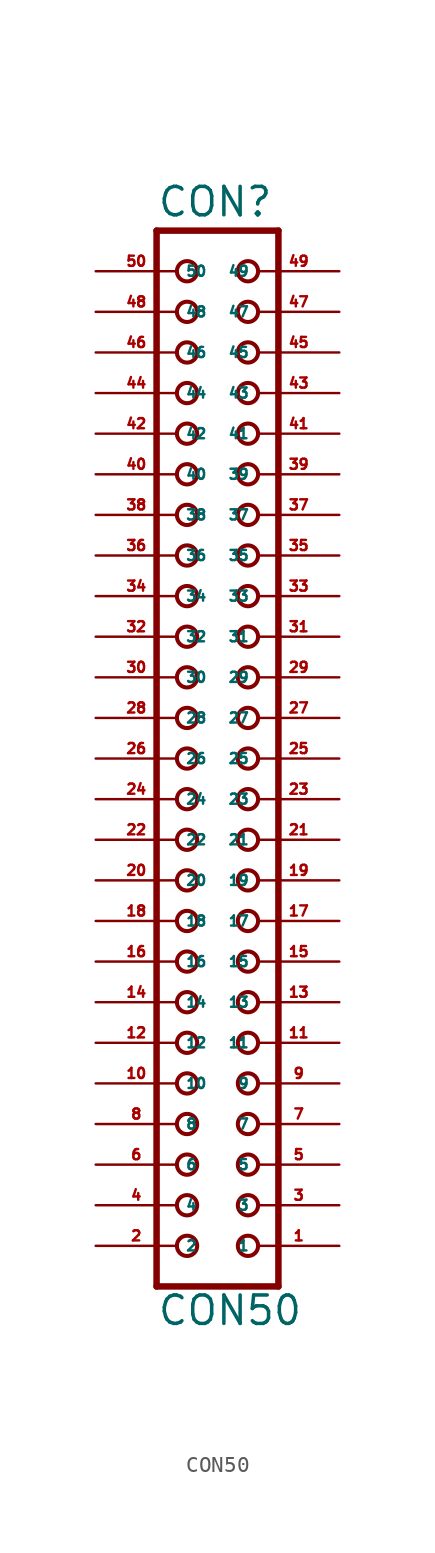
<source format=kicad_sym>
(kicad_symbol_lib
  (version 20220914)
  (generator Eagle2Kicad)
  (symbol "CON50"
    (property "Reference" "CON"
      (at -3.81 33.782 0)
      (effects (font (size 1.778 1.778) (thickness 0.22)) (justify left bottom)))
    (property "Value" "CON50"
      (at -3.81 -35.56 0)
      (effects (font (size 1.778 1.778) (thickness 0.22)) (justify left bottom)))
    (polyline
      (pts (xy 3.81 -33.02) (xy -3.81 -33.02))
      (stroke (width 0.406) (type default))
      (fill (type none)))
    (polyline
      (pts (xy -3.81 33.02) (xy -3.81 -33.02))
      (stroke (width 0.406) (type default))
      (fill (type none)))
    (polyline
      (pts (xy -3.81 33.02) (xy 3.81 33.02))
      (stroke (width 0.406) (type default))
      (fill (type none)))
    (polyline
      (pts (xy 3.81 -33.02) (xy 3.81 33.02))
      (stroke (width 0.406) (type default))
      (fill (type none)))
    (circle
      (center 1.905 -30.48)
      (radius 0.635)
      (stroke (width 0.254) (type default))
      (fill (type none)))
    (circle
      (center 1.905 -27.94)
      (radius 0.635)
      (stroke (width 0.254) (type default))
      (fill (type none)))
    (circle
      (center 1.905 -25.4)
      (radius 0.635)
      (stroke (width 0.254) (type default))
      (fill (type none)))
    (circle
      (center 1.905 -22.86)
      (radius 0.635)
      (stroke (width 0.254) (type default))
      (fill (type none)))
    (circle
      (center 1.905 -20.32)
      (radius 0.635)
      (stroke (width 0.254) (type default))
      (fill (type none)))
    (circle
      (center 1.905 -17.78)
      (radius 0.635)
      (stroke (width 0.254) (type default))
      (fill (type none)))
    (circle
      (center 1.905 -15.24)
      (radius 0.635)
      (stroke (width 0.254) (type default))
      (fill (type none)))
    (circle
      (center 1.905 -12.7)
      (radius 0.635)
      (stroke (width 0.254) (type default))
      (fill (type none)))
    (circle
      (center 1.905 -10.16)
      (radius 0.635)
      (stroke (width 0.254) (type default))
      (fill (type none)))
    (circle
      (center 1.905 -7.62)
      (radius 0.635)
      (stroke (width 0.254) (type default))
      (fill (type none)))
    (circle
      (center -1.905 -30.48)
      (radius 0.635)
      (stroke (width 0.254) (type default))
      (fill (type none)))
    (circle
      (center -1.905 -27.94)
      (radius 0.635)
      (stroke (width 0.254) (type default))
      (fill (type none)))
    (circle
      (center -1.905 -25.4)
      (radius 0.635)
      (stroke (width 0.254) (type default))
      (fill (type none)))
    (circle
      (center -1.905 -22.86)
      (radius 0.635)
      (stroke (width 0.254) (type default))
      (fill (type none)))
    (circle
      (center -1.905 -20.32)
      (radius 0.635)
      (stroke (width 0.254) (type default))
      (fill (type none)))
    (circle
      (center -1.905 -17.78)
      (radius 0.635)
      (stroke (width 0.254) (type default))
      (fill (type none)))
    (circle
      (center -1.905 -15.24)
      (radius 0.635)
      (stroke (width 0.254) (type default))
      (fill (type none)))
    (circle
      (center -1.905 -12.7)
      (radius 0.635)
      (stroke (width 0.254) (type default))
      (fill (type none)))
    (circle
      (center -1.905 -10.16)
      (radius 0.635)
      (stroke (width 0.254) (type default))
      (fill (type none)))
    (circle
      (center -1.905 -7.62)
      (radius 0.635)
      (stroke (width 0.254) (type default))
      (fill (type none)))
    (circle
      (center 1.905 -5.08)
      (radius 0.635)
      (stroke (width 0.254) (type default))
      (fill (type none)))
    (circle
      (center 1.905 -2.54)
      (radius 0.635)
      (stroke (width 0.254) (type default))
      (fill (type none)))
    (circle
      (center 1.905 0)
      (radius 0.635)
      (stroke (width 0.254) (type default))
      (fill (type none)))
    (circle
      (center 1.905 2.54)
      (radius 0.635)
      (stroke (width 0.254) (type default))
      (fill (type none)))
    (circle
      (center 1.905 5.08)
      (radius 0.635)
      (stroke (width 0.254) (type default))
      (fill (type none)))
    (circle
      (center 1.905 7.62)
      (radius 0.635)
      (stroke (width 0.254) (type default))
      (fill (type none)))
    (circle
      (center 1.905 10.16)
      (radius 0.635)
      (stroke (width 0.254) (type default))
      (fill (type none)))
    (circle
      (center 1.905 12.7)
      (radius 0.635)
      (stroke (width 0.254) (type default))
      (fill (type none)))
    (circle
      (center 1.905 15.24)
      (radius 0.635)
      (stroke (width 0.254) (type default))
      (fill (type none)))
    (circle
      (center 1.905 17.78)
      (radius 0.635)
      (stroke (width 0.254) (type default))
      (fill (type none)))
    (circle
      (center -1.905 -5.08)
      (radius 0.635)
      (stroke (width 0.254) (type default))
      (fill (type none)))
    (circle
      (center -1.905 -2.54)
      (radius 0.635)
      (stroke (width 0.254) (type default))
      (fill (type none)))
    (circle
      (center -1.905 0)
      (radius 0.635)
      (stroke (width 0.254) (type default))
      (fill (type none)))
    (circle
      (center -1.905 2.54)
      (radius 0.635)
      (stroke (width 0.254) (type default))
      (fill (type none)))
    (circle
      (center -1.905 5.08)
      (radius 0.635)
      (stroke (width 0.254) (type default))
      (fill (type none)))
    (circle
      (center -1.905 7.62)
      (radius 0.635)
      (stroke (width 0.254) (type default))
      (fill (type none)))
    (circle
      (center -1.905 10.16)
      (radius 0.635)
      (stroke (width 0.254) (type default))
      (fill (type none)))
    (circle
      (center -1.905 12.7)
      (radius 0.635)
      (stroke (width 0.254) (type default))
      (fill (type none)))
    (circle
      (center -1.905 15.24)
      (radius 0.635)
      (stroke (width 0.254) (type default))
      (fill (type none)))
    (circle
      (center -1.905 17.78)
      (radius 0.635)
      (stroke (width 0.254) (type default))
      (fill (type none)))
    (circle
      (center 1.905 20.32)
      (radius 0.635)
      (stroke (width 0.254) (type default))
      (fill (type none)))
    (circle
      (center 1.905 22.86)
      (radius 0.635)
      (stroke (width 0.254) (type default))
      (fill (type none)))
    (circle
      (center 1.905 25.4)
      (radius 0.635)
      (stroke (width 0.254) (type default))
      (fill (type none)))
    (circle
      (center 1.905 27.94)
      (radius 0.635)
      (stroke (width 0.254) (type default))
      (fill (type none)))
    (circle
      (center 1.905 30.48)
      (radius 0.635)
      (stroke (width 0.254) (type default))
      (fill (type none)))
    (circle
      (center -1.905 20.32)
      (radius 0.635)
      (stroke (width 0.254) (type default))
      (fill (type none)))
    (circle
      (center -1.905 22.86)
      (radius 0.635)
      (stroke (width 0.254) (type default))
      (fill (type none)))
    (circle
      (center -1.905 25.4)
      (radius 0.635)
      (stroke (width 0.254) (type default))
      (fill (type none)))
    (circle
      (center -1.905 27.94)
      (radius 0.635)
      (stroke (width 0.254) (type default))
      (fill (type none)))
    (circle
      (center -1.905 30.48)
      (radius 0.635)
      (stroke (width 0.254) (type default))
      (fill (type none)))
    (pin passive line
      (at 7.62 -30.48 180)
      (length 5.08)
      (name "1" (effects (font (size 0.635 0.635) (thickness 0.08)) (justify left bottom)))
      (number "1" (effects (font (size 0.635 0.635) (thickness 0.08)) (justify left bottom))))
    (pin passive line
      (at -7.62 -30.48 0)
      (length 5.08)
      (name "2" (effects (font (size 0.635 0.635) (thickness 0.08)) (justify left bottom)))
      (number "2" (effects (font (size 0.635 0.635) (thickness 0.08)) (justify left bottom))))
    (pin passive line
      (at 7.62 -27.94 180)
      (length 5.08)
      (name "3" (effects (font (size 0.635 0.635) (thickness 0.08)) (justify left bottom)))
      (number "3" (effects (font (size 0.635 0.635) (thickness 0.08)) (justify left bottom))))
    (pin passive line
      (at -7.62 -27.94 0)
      (length 5.08)
      (name "4" (effects (font (size 0.635 0.635) (thickness 0.08)) (justify left bottom)))
      (number "4" (effects (font (size 0.635 0.635) (thickness 0.08)) (justify left bottom))))
    (pin passive line
      (at 7.62 -25.4 180)
      (length 5.08)
      (name "5" (effects (font (size 0.635 0.635) (thickness 0.08)) (justify left bottom)))
      (number "5" (effects (font (size 0.635 0.635) (thickness 0.08)) (justify left bottom))))
    (pin passive line
      (at -7.62 -25.4 0)
      (length 5.08)
      (name "6" (effects (font (size 0.635 0.635) (thickness 0.08)) (justify left bottom)))
      (number "6" (effects (font (size 0.635 0.635) (thickness 0.08)) (justify left bottom))))
    (pin passive line
      (at 7.62 -22.86 180)
      (length 5.08)
      (name "7" (effects (font (size 0.635 0.635) (thickness 0.08)) (justify left bottom)))
      (number "7" (effects (font (size 0.635 0.635) (thickness 0.08)) (justify left bottom))))
    (pin passive line
      (at -7.62 -22.86 0)
      (length 5.08)
      (name "8" (effects (font (size 0.635 0.635) (thickness 0.08)) (justify left bottom)))
      (number "8" (effects (font (size 0.635 0.635) (thickness 0.08)) (justify left bottom))))
    (pin passive line
      (at 7.62 -20.32 180)
      (length 5.08)
      (name "9" (effects (font (size 0.635 0.635) (thickness 0.08)) (justify left bottom)))
      (number "9" (effects (font (size 0.635 0.635) (thickness 0.08)) (justify left bottom))))
    (pin passive line
      (at -7.62 -20.32 0)
      (length 5.08)
      (name "10" (effects (font (size 0.635 0.635) (thickness 0.08)) (justify left bottom)))
      (number "10" (effects (font (size 0.635 0.635) (thickness 0.08)) (justify left bottom))))
    (pin passive line
      (at 7.62 -17.78 180)
      (length 5.08)
      (name "11" (effects (font (size 0.635 0.635) (thickness 0.08)) (justify left bottom)))
      (number "11" (effects (font (size 0.635 0.635) (thickness 0.08)) (justify left bottom))))
    (pin passive line
      (at -7.62 -17.78 0)
      (length 5.08)
      (name "12" (effects (font (size 0.635 0.635) (thickness 0.08)) (justify left bottom)))
      (number "12" (effects (font (size 0.635 0.635) (thickness 0.08)) (justify left bottom))))
    (pin passive line
      (at 7.62 -15.24 180)
      (length 5.08)
      (name "13" (effects (font (size 0.635 0.635) (thickness 0.08)) (justify left bottom)))
      (number "13" (effects (font (size 0.635 0.635) (thickness 0.08)) (justify left bottom))))
    (pin passive line
      (at -7.62 -15.24 0)
      (length 5.08)
      (name "14" (effects (font (size 0.635 0.635) (thickness 0.08)) (justify left bottom)))
      (number "14" (effects (font (size 0.635 0.635) (thickness 0.08)) (justify left bottom))))
    (pin passive line
      (at 7.62 -12.7 180)
      (length 5.08)
      (name "15" (effects (font (size 0.635 0.635) (thickness 0.08)) (justify left bottom)))
      (number "15" (effects (font (size 0.635 0.635) (thickness 0.08)) (justify left bottom))))
    (pin passive line
      (at -7.62 -12.7 0)
      (length 5.08)
      (name "16" (effects (font (size 0.635 0.635) (thickness 0.08)) (justify left bottom)))
      (number "16" (effects (font (size 0.635 0.635) (thickness 0.08)) (justify left bottom))))
    (pin passive line
      (at 7.62 -10.16 180)
      (length 5.08)
      (name "17" (effects (font (size 0.635 0.635) (thickness 0.08)) (justify left bottom)))
      (number "17" (effects (font (size 0.635 0.635) (thickness 0.08)) (justify left bottom))))
    (pin passive line
      (at -7.62 -10.16 0)
      (length 5.08)
      (name "18" (effects (font (size 0.635 0.635) (thickness 0.08)) (justify left bottom)))
      (number "18" (effects (font (size 0.635 0.635) (thickness 0.08)) (justify left bottom))))
    (pin passive line
      (at 7.62 -7.62 180)
      (length 5.08)
      (name "19" (effects (font (size 0.635 0.635) (thickness 0.08)) (justify left bottom)))
      (number "19" (effects (font (size 0.635 0.635) (thickness 0.08)) (justify left bottom))))
    (pin passive line
      (at -7.62 -7.62 0)
      (length 5.08)
      (name "20" (effects (font (size 0.635 0.635) (thickness 0.08)) (justify left bottom)))
      (number "20" (effects (font (size 0.635 0.635) (thickness 0.08)) (justify left bottom))))
    (pin passive line
      (at 7.62 -5.08 180)
      (length 5.08)
      (name "21" (effects (font (size 0.635 0.635) (thickness 0.08)) (justify left bottom)))
      (number "21" (effects (font (size 0.635 0.635) (thickness 0.08)) (justify left bottom))))
    (pin passive line
      (at -7.62 -5.08 0)
      (length 5.08)
      (name "22" (effects (font (size 0.635 0.635) (thickness 0.08)) (justify left bottom)))
      (number "22" (effects (font (size 0.635 0.635) (thickness 0.08)) (justify left bottom))))
    (pin passive line
      (at 7.62 -2.54 180)
      (length 5.08)
      (name "23" (effects (font (size 0.635 0.635) (thickness 0.08)) (justify left bottom)))
      (number "23" (effects (font (size 0.635 0.635) (thickness 0.08)) (justify left bottom))))
    (pin passive line
      (at -7.62 -2.54 0)
      (length 5.08)
      (name "24" (effects (font (size 0.635 0.635) (thickness 0.08)) (justify left bottom)))
      (number "24" (effects (font (size 0.635 0.635) (thickness 0.08)) (justify left bottom))))
    (pin passive line
      (at 7.62 0 180)
      (length 5.08)
      (name "25" (effects (font (size 0.635 0.635) (thickness 0.08)) (justify left bottom)))
      (number "25" (effects (font (size 0.635 0.635) (thickness 0.08)) (justify left bottom))))
    (pin passive line
      (at -7.62 0 0)
      (length 5.08)
      (name "26" (effects (font (size 0.635 0.635) (thickness 0.08)) (justify left bottom)))
      (number "26" (effects (font (size 0.635 0.635) (thickness 0.08)) (justify left bottom))))
    (pin passive line
      (at 7.62 2.54 180)
      (length 5.08)
      (name "27" (effects (font (size 0.635 0.635) (thickness 0.08)) (justify left bottom)))
      (number "27" (effects (font (size 0.635 0.635) (thickness 0.08)) (justify left bottom))))
    (pin passive line
      (at -7.62 2.54 0)
      (length 5.08)
      (name "28" (effects (font (size 0.635 0.635) (thickness 0.08)) (justify left bottom)))
      (number "28" (effects (font (size 0.635 0.635) (thickness 0.08)) (justify left bottom))))
    (pin passive line
      (at 7.62 5.08 180)
      (length 5.08)
      (name "29" (effects (font (size 0.635 0.635) (thickness 0.08)) (justify left bottom)))
      (number "29" (effects (font (size 0.635 0.635) (thickness 0.08)) (justify left bottom))))
    (pin passive line
      (at -7.62 5.08 0)
      (length 5.08)
      (name "30" (effects (font (size 0.635 0.635) (thickness 0.08)) (justify left bottom)))
      (number "30" (effects (font (size 0.635 0.635) (thickness 0.08)) (justify left bottom))))
    (pin passive line
      (at 7.62 7.62 180)
      (length 5.08)
      (name "31" (effects (font (size 0.635 0.635) (thickness 0.08)) (justify left bottom)))
      (number "31" (effects (font (size 0.635 0.635) (thickness 0.08)) (justify left bottom))))
    (pin passive line
      (at -7.62 7.62 0)
      (length 5.08)
      (name "32" (effects (font (size 0.635 0.635) (thickness 0.08)) (justify left bottom)))
      (number "32" (effects (font (size 0.635 0.635) (thickness 0.08)) (justify left bottom))))
    (pin passive line
      (at 7.62 10.16 180)
      (length 5.08)
      (name "33" (effects (font (size 0.635 0.635) (thickness 0.08)) (justify left bottom)))
      (number "33" (effects (font (size 0.635 0.635) (thickness 0.08)) (justify left bottom))))
    (pin passive line
      (at -7.62 10.16 0)
      (length 5.08)
      (name "34" (effects (font (size 0.635 0.635) (thickness 0.08)) (justify left bottom)))
      (number "34" (effects (font (size 0.635 0.635) (thickness 0.08)) (justify left bottom))))
    (pin passive line
      (at 7.62 12.7 180)
      (length 5.08)
      (name "35" (effects (font (size 0.635 0.635) (thickness 0.08)) (justify left bottom)))
      (number "35" (effects (font (size 0.635 0.635) (thickness 0.08)) (justify left bottom))))
    (pin passive line
      (at -7.62 12.7 0)
      (length 5.08)
      (name "36" (effects (font (size 0.635 0.635) (thickness 0.08)) (justify left bottom)))
      (number "36" (effects (font (size 0.635 0.635) (thickness 0.08)) (justify left bottom))))
    (pin passive line
      (at 7.62 15.24 180)
      (length 5.08)
      (name "37" (effects (font (size 0.635 0.635) (thickness 0.08)) (justify left bottom)))
      (number "37" (effects (font (size 0.635 0.635) (thickness 0.08)) (justify left bottom))))
    (pin passive line
      (at -7.62 15.24 0)
      (length 5.08)
      (name "38" (effects (font (size 0.635 0.635) (thickness 0.08)) (justify left bottom)))
      (number "38" (effects (font (size 0.635 0.635) (thickness 0.08)) (justify left bottom))))
    (pin passive line
      (at 7.62 17.78 180)
      (length 5.08)
      (name "39" (effects (font (size 0.635 0.635) (thickness 0.08)) (justify left bottom)))
      (number "39" (effects (font (size 0.635 0.635) (thickness 0.08)) (justify left bottom))))
    (pin passive line
      (at -7.62 17.78 0)
      (length 5.08)
      (name "40" (effects (font (size 0.635 0.635) (thickness 0.08)) (justify left bottom)))
      (number "40" (effects (font (size 0.635 0.635) (thickness 0.08)) (justify left bottom))))
    (pin passive line
      (at 7.62 20.32 180)
      (length 5.08)
      (name "41" (effects (font (size 0.635 0.635) (thickness 0.08)) (justify left bottom)))
      (number "41" (effects (font (size 0.635 0.635) (thickness 0.08)) (justify left bottom))))
    (pin passive line
      (at -7.62 20.32 0)
      (length 5.08)
      (name "42" (effects (font (size 0.635 0.635) (thickness 0.08)) (justify left bottom)))
      (number "42" (effects (font (size 0.635 0.635) (thickness 0.08)) (justify left bottom))))
    (pin passive line
      (at 7.62 22.86 180)
      (length 5.08)
      (name "43" (effects (font (size 0.635 0.635) (thickness 0.08)) (justify left bottom)))
      (number "43" (effects (font (size 0.635 0.635) (thickness 0.08)) (justify left bottom))))
    (pin passive line
      (at -7.62 22.86 0)
      (length 5.08)
      (name "44" (effects (font (size 0.635 0.635) (thickness 0.08)) (justify left bottom)))
      (number "44" (effects (font (size 0.635 0.635) (thickness 0.08)) (justify left bottom))))
    (pin passive line
      (at 7.62 25.4 180)
      (length 5.08)
      (name "45" (effects (font (size 0.635 0.635) (thickness 0.08)) (justify left bottom)))
      (number "45" (effects (font (size 0.635 0.635) (thickness 0.08)) (justify left bottom))))
    (pin passive line
      (at -7.62 25.4 0)
      (length 5.08)
      (name "46" (effects (font (size 0.635 0.635) (thickness 0.08)) (justify left bottom)))
      (number "46" (effects (font (size 0.635 0.635) (thickness 0.08)) (justify left bottom))))
    (pin passive line
      (at 7.62 27.94 180)
      (length 5.08)
      (name "47" (effects (font (size 0.635 0.635) (thickness 0.08)) (justify left bottom)))
      (number "47" (effects (font (size 0.635 0.635) (thickness 0.08)) (justify left bottom))))
    (pin passive line
      (at -7.62 27.94 0)
      (length 5.08)
      (name "48" (effects (font (size 0.635 0.635) (thickness 0.08)) (justify left bottom)))
      (number "48" (effects (font (size 0.635 0.635) (thickness 0.08)) (justify left bottom))))
    (pin passive line
      (at 7.62 30.48 180)
      (length 5.08)
      (name "49" (effects (font (size 0.635 0.635) (thickness 0.08)) (justify left bottom)))
      (number "49" (effects (font (size 0.635 0.635) (thickness 0.08)) (justify left bottom))))
    (pin passive line
      (at -7.62 30.48 0)
      (length 5.08)
      (name "50" (effects (font (size 0.635 0.635) (thickness 0.08)) (justify left bottom)))
      (number "50" (effects (font (size 0.635 0.635) (thickness 0.08)) (justify left bottom))))))
</source>
